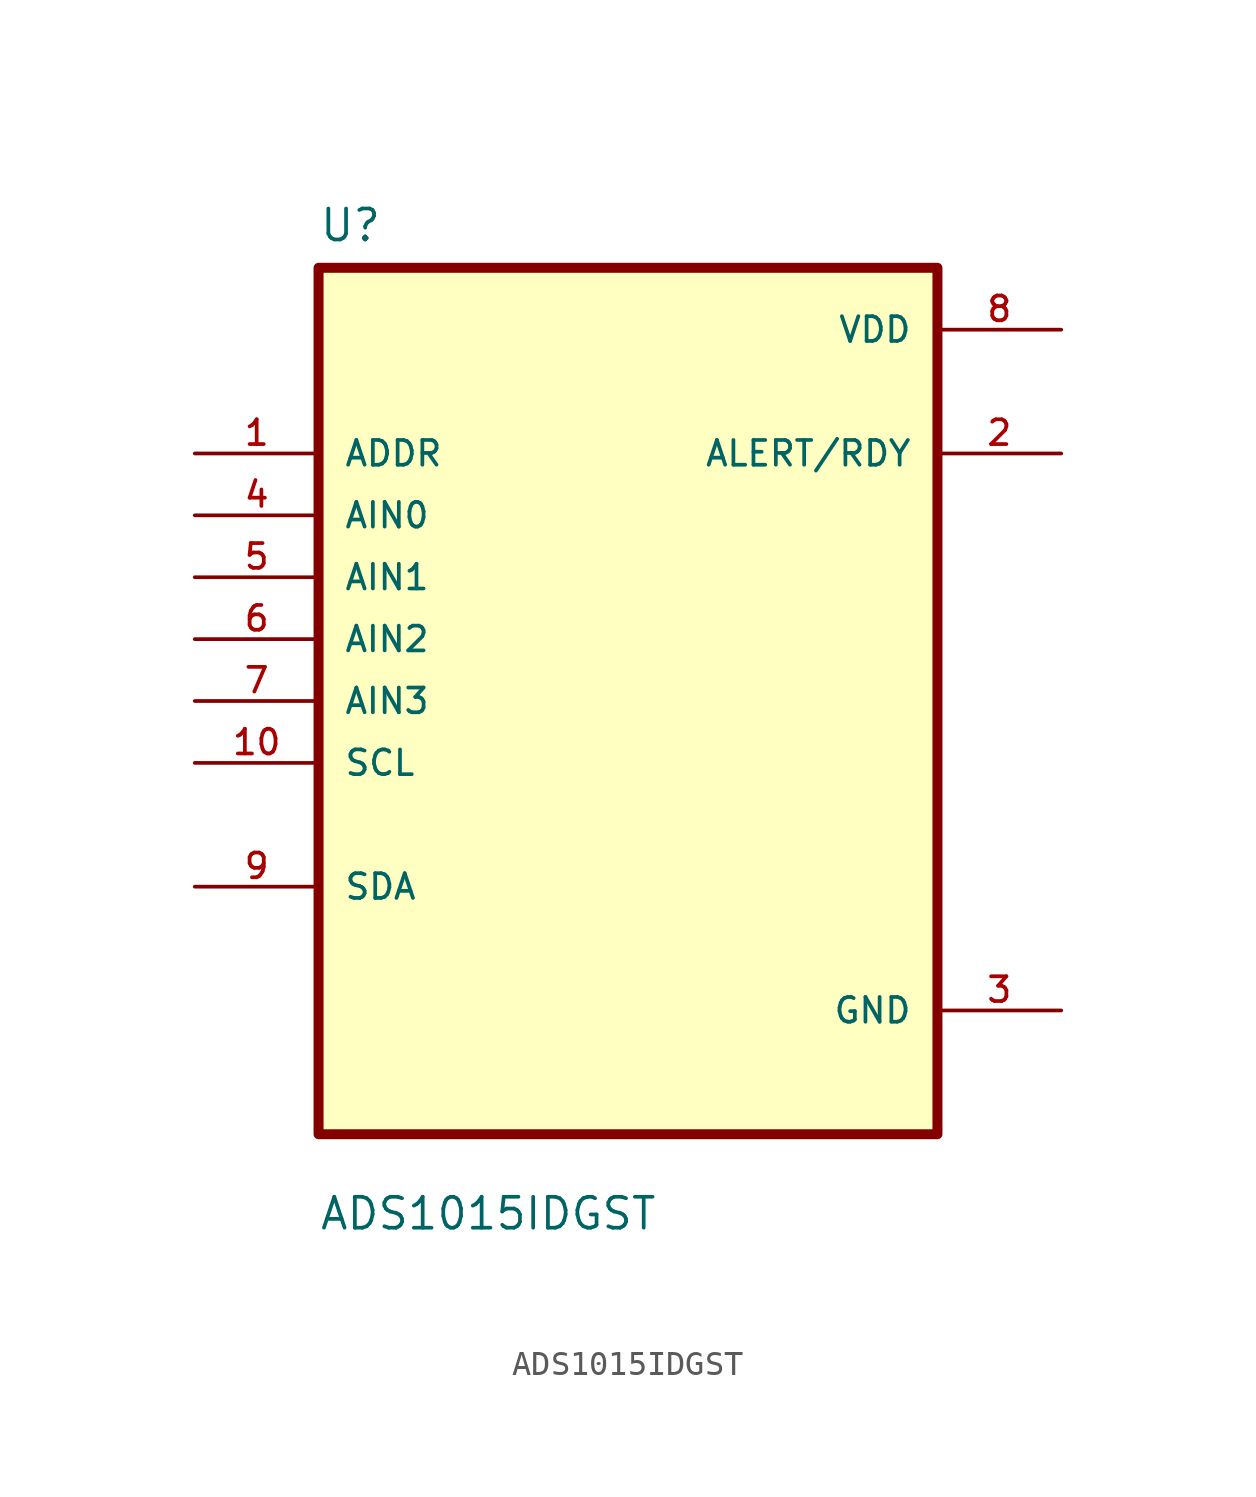
<source format=kicad_sym>
(kicad_symbol_lib
  (version 20211014)
  (generator kicad_symbol_editor)
  (symbol "ADS1015IDGST"
    (pin_names
      (offset 1.016))
    (property "Reference" "U"
      (at -12.7 18.78 0.0)
      (effects (font (size 1.27 1.27)) (justify bottom left)))
    (property "Value" "ADS1015IDGST"
      (at -12.7 -21.78 0.0)
      (effects (font (size 1.27 1.27)) (justify bottom left)))
    (symbol "ADS1015IDGST_0_0"
      (rectangle (start -12.7 -17.78) (end 12.7 17.78) (stroke (width 0.41)) (fill (type background)))
      (pin input line (at -17.78 10.16 0) (length 5.08) (name "ADDR" (effects (font (size 1.016 1.016)))) (number "1" (effects (font (size 1.016 1.016)))))
      (pin input line (at -17.78 7.62 0) (length 5.08) (name "AIN0" (effects (font (size 1.016 1.016)))) (number "4" (effects (font (size 1.016 1.016)))))
      (pin input line (at -17.78 5.08 0) (length 5.08) (name "AIN1" (effects (font (size 1.016 1.016)))) (number "5" (effects (font (size 1.016 1.016)))))
      (pin input line (at -17.78 2.54 0) (length 5.08) (name "AIN2" (effects (font (size 1.016 1.016)))) (number "6" (effects (font (size 1.016 1.016)))))
      (pin input line (at -17.78 0.0 0) (length 5.08) (name "AIN3" (effects (font (size 1.016 1.016)))) (number "7" (effects (font (size 1.016 1.016)))))
      (pin input line (at -17.78 -2.54 0) (length 5.08) (name "SCL" (effects (font (size 1.016 1.016)))) (number "10" (effects (font (size 1.016 1.016)))))
      (pin bidirectional line (at -17.78 -7.62 0) (length 5.08) (name "SDA" (effects (font (size 1.016 1.016)))) (number "9" (effects (font (size 1.016 1.016)))))
      (pin power_in line (at 17.78 15.24 180.0) (length 5.08) (name "VDD" (effects (font (size 1.016 1.016)))) (number "8" (effects (font (size 1.016 1.016)))))
      (pin output line (at 17.78 10.16 180.0) (length 5.08) (name "ALERT/RDY" (effects (font (size 1.016 1.016)))) (number "2" (effects (font (size 1.016 1.016)))))
      (pin power_in line (at 17.78 -12.7 180.0) (length 5.08) (name "GND" (effects (font (size 1.016 1.016)))) (number "3" (effects (font (size 1.016 1.016))))))))
</source>
